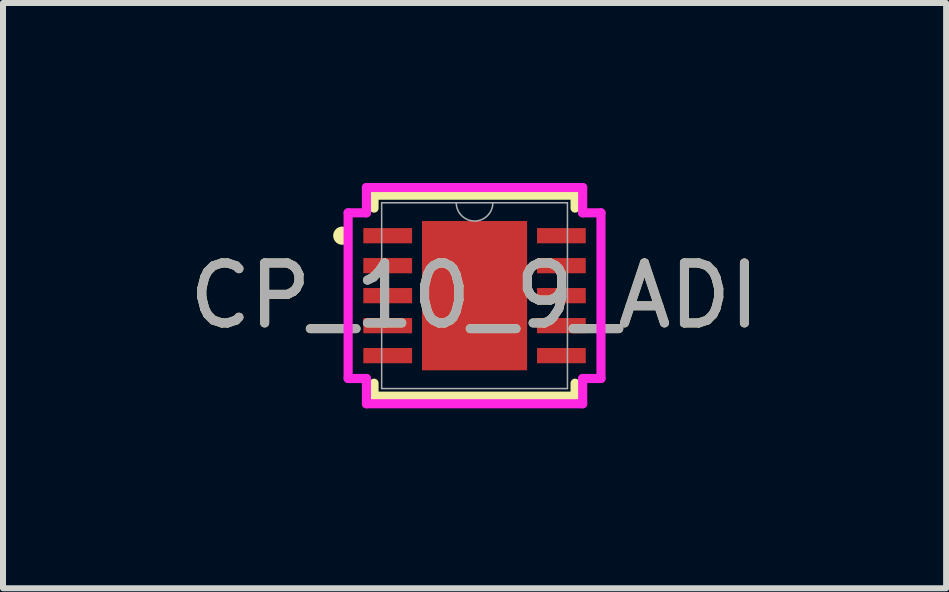
<source format=kicad_pcb>
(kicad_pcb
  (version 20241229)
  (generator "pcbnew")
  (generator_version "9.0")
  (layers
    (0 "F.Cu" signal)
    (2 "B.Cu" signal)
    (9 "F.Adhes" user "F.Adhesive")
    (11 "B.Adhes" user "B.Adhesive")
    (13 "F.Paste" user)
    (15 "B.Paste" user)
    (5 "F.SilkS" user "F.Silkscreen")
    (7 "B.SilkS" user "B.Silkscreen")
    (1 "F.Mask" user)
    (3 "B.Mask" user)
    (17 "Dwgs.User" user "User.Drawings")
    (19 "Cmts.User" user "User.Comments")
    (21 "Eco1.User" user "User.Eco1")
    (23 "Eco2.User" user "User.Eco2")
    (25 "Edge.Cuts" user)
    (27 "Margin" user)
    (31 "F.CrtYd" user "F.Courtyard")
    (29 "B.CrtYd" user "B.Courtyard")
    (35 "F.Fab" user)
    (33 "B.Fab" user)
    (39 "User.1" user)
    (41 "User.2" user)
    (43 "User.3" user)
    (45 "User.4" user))
  (footprint "CP_10_9_ADI"
    (layer "F.Cu")
    (at 4.863 1.88)
    (property "Reference" "CP_10_9_ADI" (at 0 0 0) (unlocked yes) (layer "F.SilkS") (effects (font (size 1 1) (thickness 0.15))))
    (attr smd)
    (fp_line (start -1.676 -1.676) (end -1.676 -1.46) (stroke (width 0.152) (type solid)) (layer "F.SilkS"))
    (fp_line (start -1.676 1.46) (end -1.676 1.676) (stroke (width 0.152) (type solid)) (layer "F.SilkS"))
    (fp_line (start -1.676 1.676) (end 1.676 1.676) (stroke (width 0.152) (type solid)) (layer "F.SilkS"))
    (fp_line (start 1.676 -1.676) (end -1.676 -1.676) (stroke (width 0.152) (type solid)) (layer "F.SilkS"))
    (fp_line (start 1.676 -1.46) (end 1.676 -1.676) (stroke (width 0.152) (type solid)) (layer "F.SilkS"))
    (fp_line (start 1.676 1.676) (end 1.676 1.46) (stroke (width 0.152) (type solid)) (layer "F.SilkS"))
    (fp_arc (start -2.18694 -0.926171) (mid -2.282 -1) (end -2.18694 -1.073829) (stroke (width 0.1524) (type solid)) (layer "F.SilkS"))
    (fp_line (start -2.108 -1.381) (end -1.803 -1.381) (stroke (width 0.152) (type solid)) (layer "F.CrtYd"))
    (fp_line (start -2.108 1.381) (end -2.108 -1.381) (stroke (width 0.152) (type solid)) (layer "F.CrtYd"))
    (fp_line (start -2.108 1.381) (end -1.803 1.381) (stroke (width 0.152) (type solid)) (layer "F.CrtYd"))
    (fp_line (start -1.803 -1.803) (end 1.803 -1.803) (stroke (width 0.152) (type solid)) (layer "F.CrtYd"))
    (fp_line (start -1.803 -1.381) (end -1.803 -1.803) (stroke (width 0.152) (type solid)) (layer "F.CrtYd"))
    (fp_line (start -1.803 1.803) (end -1.803 1.381) (stroke (width 0.152) (type solid)) (layer "F.CrtYd"))
    (fp_line (start 1.803 -1.803) (end 1.803 -1.381) (stroke (width 0.152) (type solid)) (layer "F.CrtYd"))
    (fp_line (start 1.803 1.381) (end 1.803 1.803) (stroke (width 0.152) (type solid)) (layer "F.CrtYd"))
    (fp_line (start 1.803 1.803) (end -1.803 1.803) (stroke (width 0.152) (type solid)) (layer "F.CrtYd"))
    (fp_line (start 2.108 -1.381) (end 1.803 -1.381) (stroke (width 0.152) (type solid)) (layer "F.CrtYd"))
    (fp_line (start 2.108 -1.381) (end 2.108 1.381) (stroke (width 0.152) (type solid)) (layer "F.CrtYd"))
    (fp_line (start 2.108 1.381) (end 1.803 1.381) (stroke (width 0.152) (type solid)) (layer "F.CrtYd"))
    (fp_line (start -1.549 -1.549) (end -1.549 1.549) (stroke (width 0.025) (type solid)) (layer "F.Fab"))
    (fp_line (start -1.549 1.549) (end 1.549 1.549) (stroke (width 0.025) (type solid)) (layer "F.Fab"))
    (fp_line (start 1.549 -1.549) (end -1.549 -1.549) (stroke (width 0.025) (type solid)) (layer "F.Fab"))
    (fp_line (start 1.549 1.549) (end 1.549 -1.549) (stroke (width 0.025) (type solid)) (layer "F.Fab"))
    (fp_arc (start 0.3048 -1.5494) (mid 0 -1.2446) (end -0.3048 -1.5494) (stroke (width 0.0254) (type solid)) (layer "F.Fab"))
    (fp_text user "${REFERENCE}" (at 0 0 0) (unlocked yes) (layer "F.Fab") (effects (font (size 1 1) (thickness 0.15))))
    (pad "1" smd rect (at -1.448 -1) (size 0.813 0.254) (layers "F.Cu" "F.Mask" "F.Paste"))
    (pad "2" smd rect (at -1.448 -0.5) (size 0.813 0.254) (layers "F.Cu" "F.Mask" "F.Paste"))
    (pad "3" smd rect (at -1.448 0) (size 0.813 0.254) (layers "F.Cu" "F.Mask" "F.Paste"))
    (pad "4" smd rect (at -1.448 0.5) (size 0.813 0.254) (layers "F.Cu" "F.Mask" "F.Paste"))
    (pad "5" smd rect (at -1.448 1) (size 0.813 0.254) (layers "F.Cu" "F.Mask" "F.Paste"))
    (pad "6" smd rect (at 1.448 1) (size 0.813 0.254) (layers "F.Cu" "F.Mask" "F.Paste"))
    (pad "7" smd rect (at 1.448 0.5) (size 0.813 0.254) (layers "F.Cu" "F.Mask" "F.Paste"))
    (pad "8" smd rect (at 1.448 0) (size 0.813 0.254) (layers "F.Cu" "F.Mask" "F.Paste"))
    (pad "9" smd rect (at 1.448 -0.5) (size 0.813 0.254) (layers "F.Cu" "F.Mask" "F.Paste"))
    (pad "10" smd rect (at 1.448 -1) (size 0.813 0.254) (layers "F.Cu" "F.Mask" "F.Paste"))
    (pad "11" smd rect (at 0 0) (size 1.753 2.489) (layers "F.Cu" "F.Mask" "F.Paste")))
  (gr_rect
    (start -3 -3)
    (end 12.726 6.759)
    (stroke (width 0.1) (type default))
    (fill no)
    (layer "Edge.Cuts")))
</source>
